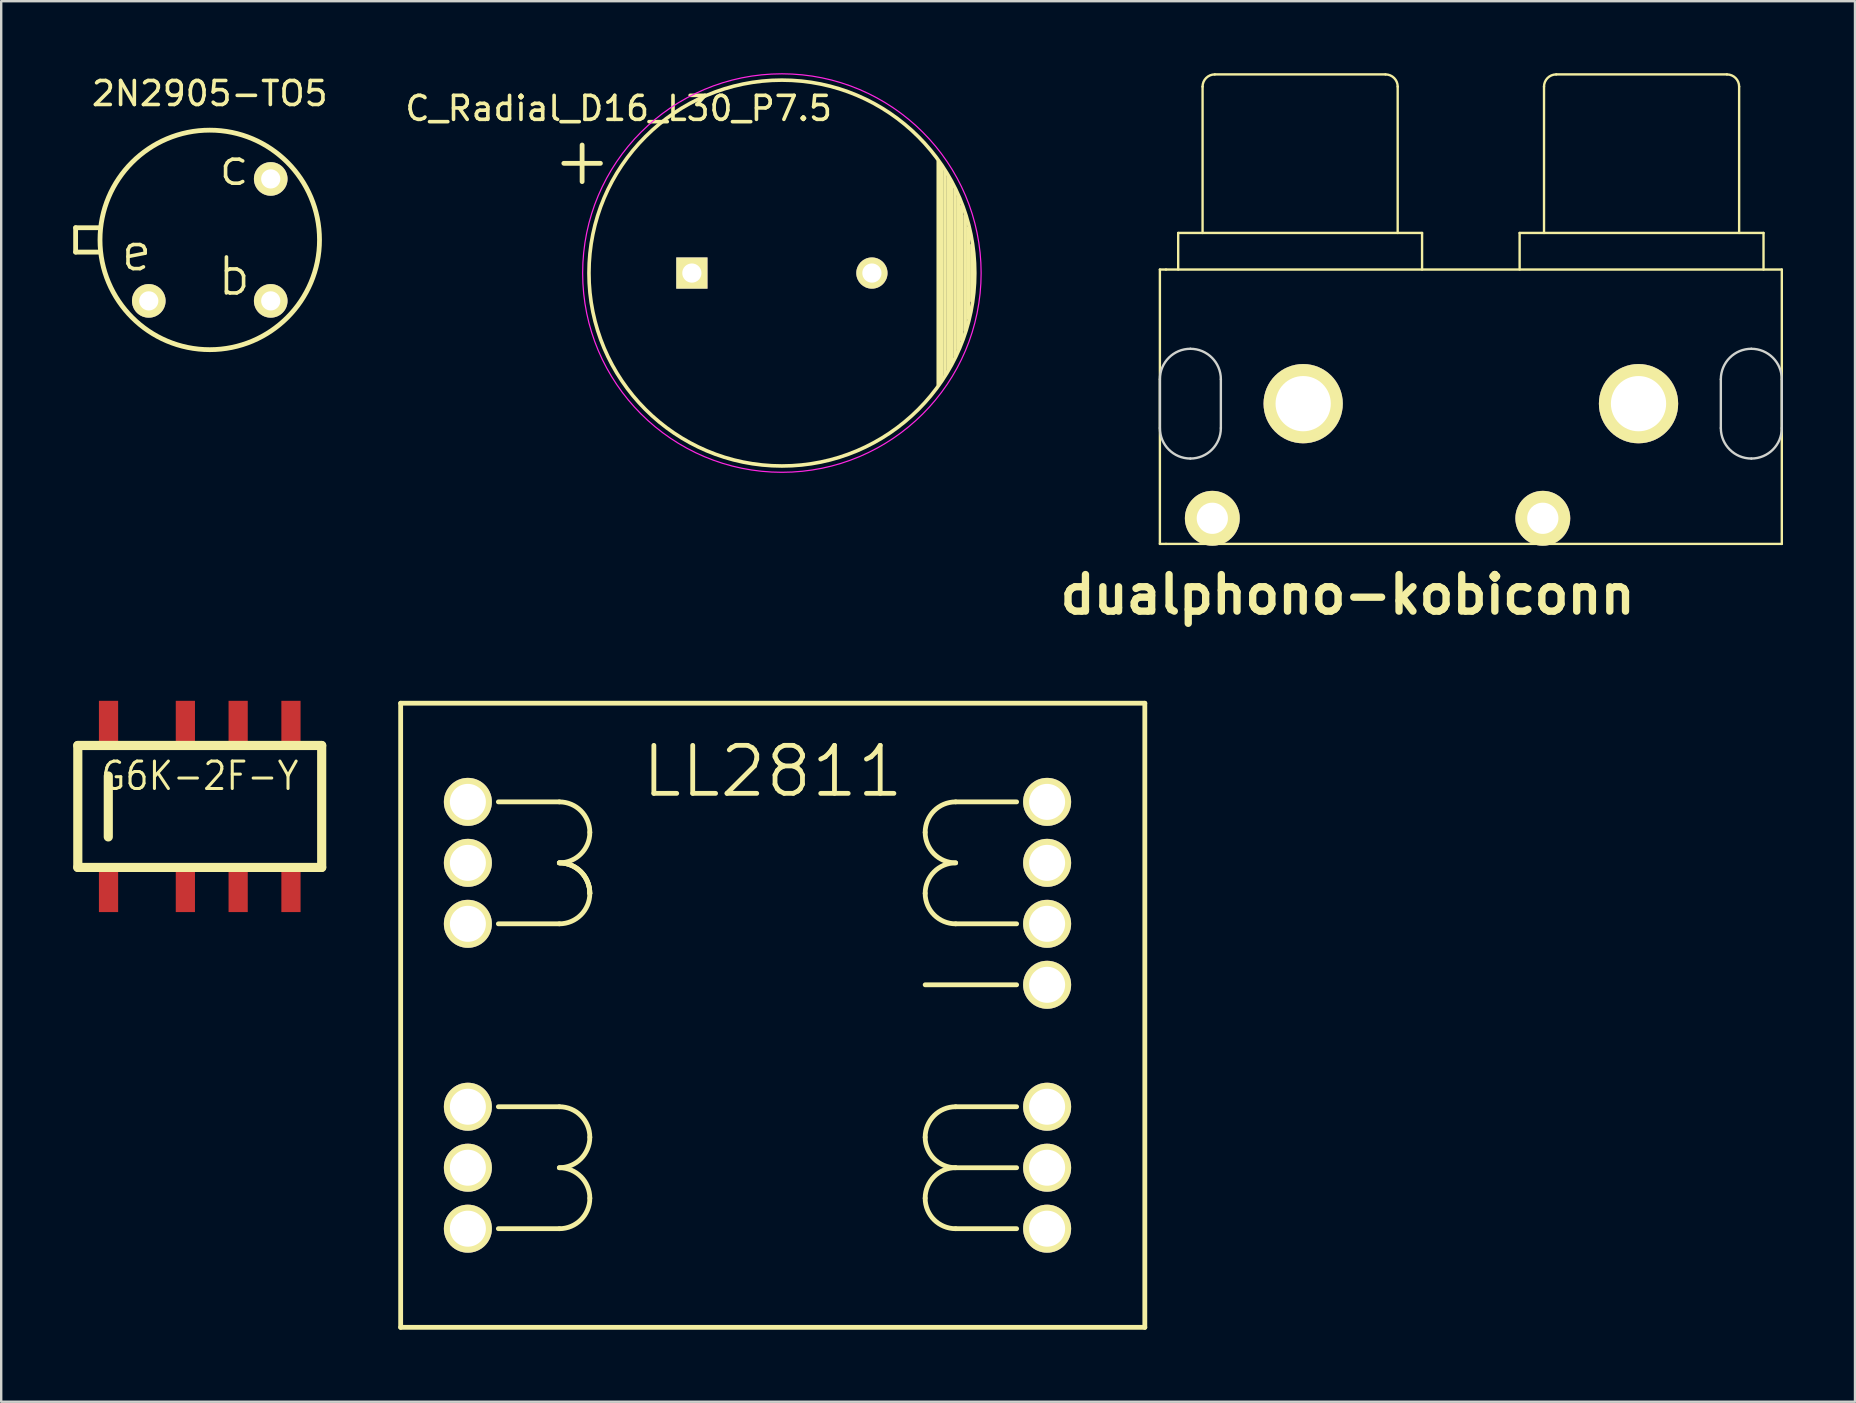
<source format=kicad_pcb>
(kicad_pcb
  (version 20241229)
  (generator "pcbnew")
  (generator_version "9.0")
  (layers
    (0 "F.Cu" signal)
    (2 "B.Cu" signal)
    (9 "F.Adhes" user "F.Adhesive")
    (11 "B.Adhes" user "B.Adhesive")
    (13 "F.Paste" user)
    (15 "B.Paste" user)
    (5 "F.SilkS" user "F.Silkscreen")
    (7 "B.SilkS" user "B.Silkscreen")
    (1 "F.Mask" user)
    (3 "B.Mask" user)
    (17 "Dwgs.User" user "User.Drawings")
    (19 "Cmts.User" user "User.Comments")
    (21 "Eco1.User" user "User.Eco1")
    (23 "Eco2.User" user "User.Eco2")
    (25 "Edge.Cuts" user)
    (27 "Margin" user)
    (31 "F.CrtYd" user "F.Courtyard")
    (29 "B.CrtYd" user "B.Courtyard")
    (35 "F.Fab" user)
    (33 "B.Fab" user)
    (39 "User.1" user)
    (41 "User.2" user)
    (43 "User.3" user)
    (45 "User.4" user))
  (footprint "dualphono-kobiconn"
    (layer "F.Cu")
    (at 45.523 13.766)
    (property "Reference" "dualphono-kobiconn" (at 7.567 7.953 0) (layer "F.SilkS") (effects (font (size 1.524 1.524) (thickness 0.305))))
    (attr through_hole)
    (fp_line (start -0.254 -5.588) (end -0.254 5.842) (stroke (width 0.099) (type solid)) (layer "F.SilkS"))
    (fp_line (start -0.254 5.842) (end 0 5.842) (stroke (width 0.099) (type solid)) (layer "F.SilkS"))
    (fp_line (start 0 -5.588) (end -0.254 -5.588) (stroke (width 0.099) (type solid)) (layer "F.SilkS"))
    (fp_line (start 0 -5.588) (end 25.654 -5.588) (stroke (width 0.099) (type solid)) (layer "F.SilkS"))
    (fp_line (start 0.508 -7.112) (end 10.668 -7.112) (stroke (width 0.099) (type solid)) (layer "F.SilkS"))
    (fp_line (start 0.508 -5.588) (end 0.508 -7.112) (stroke (width 0.099) (type solid)) (layer "F.SilkS"))
    (fp_line (start 1.524 -7.112) (end 1.524 -13.208) (stroke (width 0.099) (type solid)) (layer "F.SilkS"))
    (fp_line (start 9.144 -13.716) (end 2.032 -13.716) (stroke (width 0.099) (type solid)) (layer "F.SilkS"))
    (fp_line (start 9.652 -7.112) (end 9.652 -13.208) (stroke (width 0.099) (type solid)) (layer "F.SilkS"))
    (fp_line (start 10.668 -7.112) (end 10.668 -5.588) (stroke (width 0.099) (type solid)) (layer "F.SilkS"))
    (fp_line (start 14.732 -7.112) (end 14.732 -5.588) (stroke (width 0.099) (type solid)) (layer "F.SilkS"))
    (fp_line (start 15.748 -7.112) (end 15.748 -13.208) (stroke (width 0.099) (type solid)) (layer "F.SilkS"))
    (fp_line (start 23.368 -13.716) (end 16.256 -13.716) (stroke (width 0.099) (type solid)) (layer "F.SilkS"))
    (fp_line (start 23.876 -7.112) (end 23.876 -13.208) (stroke (width 0.099) (type solid)) (layer "F.SilkS"))
    (fp_line (start 24.892 -7.112) (end 14.732 -7.112) (stroke (width 0.099) (type solid)) (layer "F.SilkS"))
    (fp_line (start 24.892 -5.588) (end 24.892 -7.112) (stroke (width 0.099) (type solid)) (layer "F.SilkS"))
    (fp_line (start 25.654 -5.588) (end 25.654 5.842) (stroke (width 0.099) (type solid)) (layer "F.SilkS"))
    (fp_line (start 25.654 5.842) (end 0 5.842) (stroke (width 0.099) (type solid)) (layer "F.SilkS"))
    (fp_arc (start 1.524 -13.208) (mid 1.67279 -13.56721) (end 2.032 -13.716) (stroke (width 0.09906) (type solid)) (layer "F.SilkS"))
    (fp_arc (start 9.144 -13.716) (mid 9.50321 -13.56721) (end 9.652 -13.208) (stroke (width 0.09906) (type solid)) (layer "F.SilkS"))
    (fp_arc (start 15.748 -13.208) (mid 15.89679 -13.56721) (end 16.256 -13.716) (stroke (width 0.09906) (type solid)) (layer "F.SilkS"))
    (fp_arc (start 23.368 -13.716) (mid 23.72721 -13.56721) (end 23.876 -13.208) (stroke (width 0.09906) (type solid)) (layer "F.SilkS"))
    (fp_line (start -0.254 -1.016) (end -0.254 1.016) (stroke (width 0.099) (type solid)) (layer "Edge.Cuts"))
    (fp_line (start 2.286 -1.016) (end 2.286 1.016) (stroke (width 0.099) (type solid)) (layer "Edge.Cuts"))
    (fp_line (start 23.114 -1.016) (end 23.114 1.016) (stroke (width 0.099) (type solid)) (layer "Edge.Cuts"))
    (fp_line (start 25.654 -1.016) (end 25.654 1.016) (stroke (width 0.099) (type solid)) (layer "Edge.Cuts"))
    (fp_arc (start -0.254 -1.016) (mid 0.117974 -1.914026) (end 1.016 -2.286) (stroke (width 0.09906) (type solid)) (layer "Edge.Cuts"))
    (fp_arc (start 1.016 -2.286) (mid 1.914026 -1.914026) (end 2.286 -1.016) (stroke (width 0.09906) (type solid)) (layer "Edge.Cuts"))
    (fp_arc (start 1.016 2.286) (mid 0.117974 1.914026) (end -0.254 1.016) (stroke (width 0.09906) (type solid)) (layer "Edge.Cuts"))
    (fp_arc (start 2.286 1.016) (mid 1.914026 1.914026) (end 1.016 2.286) (stroke (width 0.09906) (type solid)) (layer "Edge.Cuts"))
    (fp_arc (start 23.114 -1.016) (mid 23.485974 -1.914026) (end 24.384 -2.286) (stroke (width 0.09906) (type solid)) (layer "Edge.Cuts"))
    (fp_arc (start 24.384 -2.286) (mid 25.282026 -1.914026) (end 25.654 -1.016) (stroke (width 0.09906) (type solid)) (layer "Edge.Cuts"))
    (fp_arc (start 24.384 2.286) (mid 23.485974 1.914026) (end 23.114 1.016) (stroke (width 0.09906) (type solid)) (layer "Edge.Cuts"))
    (fp_arc (start 25.654 1.016) (mid 25.282026 1.914026) (end 24.384 2.286) (stroke (width 0.09906) (type solid)) (layer "Edge.Cuts"))
    (pad "1" thru_hole circle (at 15.697 4.775) (size 2.286 2.286) (drill 1.3) (layers "*.Cu" "*.Mask" "F.SilkS"))
    (pad "2" thru_hole circle (at 1.93 4.775) (size 2.286 2.286) (drill 1.3) (layers "*.Cu" "*.Mask" "F.SilkS"))
    (pad "3" thru_hole circle (at 5.715 0) (size 3.302 3.302) (drill 2.301) (layers "*.Cu" "*.Mask" "F.SilkS"))
    (pad "4" thru_hole circle (at 19.685 0) (size 3.302 3.302) (drill 2.301) (layers "*.Cu" "*.Mask" "F.SilkS")))
  (footprint "2N2905-TO5"
    (layer "F.Cu")
    (at 5.688 6.944)
    (property "Reference" "2N2905-TO5" (at 0 -6.096 0) (layer "F.SilkS") (effects (font (size 1 1) (thickness 0.15))))
    (attr through_hole)
    (fp_line (start -5.588 -0.508) (end -5.588 0.508) (stroke (width 0.2) (type solid)) (layer "F.SilkS"))
    (fp_line (start -5.588 0.508) (end -4.572 0.508) (stroke (width 0.2) (type solid)) (layer "F.SilkS"))
    (fp_line (start -4.572 -0.508) (end -5.588 -0.508) (stroke (width 0.2) (type solid)) (layer "F.SilkS"))
    (fp_circle (center 0 0) (end 4.572 0) (stroke (width 0.2) (type solid)) (fill no) (layer "F.SilkS"))
    (fp_text user "e" (at -3.048 0.508 0) (layer "F.SilkS") (effects (font (size 1.5 1.5) (thickness 0.15))))
    (fp_text user "c" (at 1.016 -3.048 0) (layer "F.SilkS") (effects (font (size 1.5 1.5) (thickness 0.15))))
    (fp_text user "b" (at 1.016 1.524 0) (layer "F.SilkS") (effects (font (size 1.5 1.5) (thickness 0.15))))
    (pad "1" thru_hole circle (at -2.54 2.54) (size 1.4 1.4) (drill 0.8) (layers "*.Cu" "*.Mask" "F.SilkS"))
    (pad "2" thru_hole circle (at 2.54 2.54) (size 1.4 1.4) (drill 0.8) (layers "*.Cu" "*.Mask" "F.SilkS"))
    (pad "3" thru_hole circle (at 2.54 -2.54) (size 1.4 1.4) (drill 0.8) (layers "*.Cu" "*.Mask" "F.SilkS")))
  (footprint "G6K-2F-Y"
    (layer "F.Cu")
    (at 5.271 30.545)
    (property "Reference" "G6K-2F-Y" (at 0 -1.27 0) (layer "F.SilkS") (effects (font (size 1.143 1.016) (thickness 0.127))))
    (attr smd)
    (fp_line (start -5.08 2.54) (end -5.08 -2.54) (stroke (width 0.381) (type solid)) (layer "F.SilkS"))
    (fp_line (start -3.81 -1.27) (end -3.81 1.27) (stroke (width 0.381) (type solid)) (layer "F.SilkS"))
    (fp_line (start 5.08 -2.54) (end -5.08 -2.54) (stroke (width 0.381) (type solid)) (layer "F.SilkS"))
    (fp_line (start 5.08 2.54) (end -5.08 2.54) (stroke (width 0.381) (type solid)) (layer "F.SilkS"))
    (fp_line (start 5.08 2.54) (end 5.08 -2.54) (stroke (width 0.381) (type solid)) (layer "F.SilkS"))
    (pad "1" smd rect (at -3.8 3.5) (size 0.8 1.801) (layers "F.Cu" "F.Mask" "F.Paste"))
    (pad "2" smd rect (at -0.599 3.5) (size 0.8 1.801) (layers "F.Cu" "F.Mask" "F.Paste"))
    (pad "3" smd rect (at 1.6 3.5) (size 0.8 1.801) (layers "F.Cu" "F.Mask" "F.Paste"))
    (pad "4" smd rect (at 3.8 3.5) (size 0.8 1.801) (layers "F.Cu" "F.Mask" "F.Paste"))
    (pad "5" smd rect (at 3.8 -3.5) (size 0.8 1.801) (layers "F.Cu" "F.Mask" "F.Paste"))
    (pad "6" smd rect (at 1.6 -3.5) (size 0.8 1.801) (layers "F.Cu" "F.Mask" "F.Paste"))
    (pad "7" smd rect (at -0.599 -3.5) (size 0.8 1.801) (layers "F.Cu" "F.Mask" "F.Paste"))
    (pad "8" smd rect (at -3.8 -3.5) (size 0.8 1.801) (layers "F.Cu" "F.Mask" "F.Paste")))
  (footprint "C_Radial_D16_L30_P7.5"
    (layer "F.Cu")
    (at 25.772 8.325)
    (property "Reference" "C_Radial_D16_L30_P7.5" (at -3.048 -6.858 0) (layer "F.SilkS") (effects (font (size 1 1) (thickness 0.15))))
    (attr through_hole)
    (fp_line (start -5.334 -4.572) (end -3.81 -4.572) (stroke (width 0.2) (type solid)) (layer "F.SilkS"))
    (fp_line (start -4.572 -5.334) (end -4.572 -3.81) (stroke (width 0.2) (type solid)) (layer "F.SilkS"))
    (fp_line (start 10.265 -4.643) (end 10.265 4.643) (stroke (width 0.15) (type solid)) (layer "F.SilkS"))
    (fp_line (start 10.405 -4.44) (end 10.405 4.44) (stroke (width 0.15) (type solid)) (layer "F.SilkS"))
    (fp_line (start 10.545 -4.222) (end 10.545 4.222) (stroke (width 0.15) (type solid)) (layer "F.SilkS"))
    (fp_line (start 10.685 -3.988) (end 10.685 3.988) (stroke (width 0.15) (type solid)) (layer "F.SilkS"))
    (fp_line (start 10.825 -3.734) (end 10.825 3.734) (stroke (width 0.15) (type solid)) (layer "F.SilkS"))
    (fp_line (start 10.965 -3.456) (end 10.965 3.456) (stroke (width 0.15) (type solid)) (layer "F.SilkS"))
    (fp_line (start 11.105 -3.147) (end 11.105 3.147) (stroke (width 0.15) (type solid)) (layer "F.SilkS"))
    (fp_line (start 11.245 -2.797) (end 11.245 2.797) (stroke (width 0.15) (type solid)) (layer "F.SilkS"))
    (fp_line (start 11.385 -2.389) (end 11.385 2.389) (stroke (width 0.15) (type solid)) (layer "F.SilkS"))
    (fp_line (start 11.525 -1.884) (end 11.525 1.884) (stroke (width 0.15) (type solid)) (layer "F.SilkS"))
    (fp_line (start 11.665 -1.163) (end 11.665 1.163) (stroke (width 0.15) (type solid)) (layer "F.SilkS"))
    (fp_circle (center 3.75 0) (end 3.75 -8.037) (stroke (width 0.15) (type solid)) (fill no) (layer "F.SilkS"))
    (fp_circle (center 3.75 0) (end 3.75 -8.3) (stroke (width 0.05) (type solid)) (fill no) (layer "F.CrtYd"))
    (pad "1" thru_hole rect (at 0 0) (size 1.3 1.3) (drill 0.8) (layers "*.Cu" "*.Mask" "F.SilkS"))
    (pad "2" thru_hole circle (at 7.5 0) (size 1.3 1.3) (drill 0.8) (layers "*.Cu" "*.Mask" "F.SilkS")))
  (footprint "LL2811"
    (layer "F.Cu")
    (at 29.141 39.245)
    (property "Reference" "LL2811" (at 0 -10.16 0) (layer "F.SilkS") (effects (font (size 2 2) (thickness 0.2))))
    (attr smd)
    (fp_line (start -15.5 -13) (end 15.5 -13) (stroke (width 0.2) (type solid)) (layer "F.SilkS"))
    (fp_line (start -15.5 13) (end -15.5 -13) (stroke (width 0.2) (type solid)) (layer "F.SilkS"))
    (fp_line (start -8.89 -8.89) (end -11.43 -8.89) (stroke (width 0.2) (type solid)) (layer "F.SilkS"))
    (fp_line (start -8.89 -3.81) (end -11.43 -3.81) (stroke (width 0.2) (type solid)) (layer "F.SilkS"))
    (fp_line (start -8.89 3.81) (end -11.43 3.81) (stroke (width 0.2) (type solid)) (layer "F.SilkS"))
    (fp_line (start -8.89 8.89) (end -11.43 8.89) (stroke (width 0.2) (type solid)) (layer "F.SilkS"))
    (fp_line (start 7.62 -8.89) (end 10.16 -8.89) (stroke (width 0.2) (type solid)) (layer "F.SilkS"))
    (fp_line (start 7.62 -3.81) (end 10.16 -3.81) (stroke (width 0.2) (type solid)) (layer "F.SilkS"))
    (fp_line (start 7.62 3.81) (end 10.16 3.81) (stroke (width 0.2) (type solid)) (layer "F.SilkS"))
    (fp_line (start 7.62 6.35) (end 10.16 6.35) (stroke (width 0.2) (type solid)) (layer "F.SilkS"))
    (fp_line (start 7.62 8.89) (end 10.16 8.89) (stroke (width 0.2) (type solid)) (layer "F.SilkS"))
    (fp_line (start 10.16 -1.27) (end 6.35 -1.27) (stroke (width 0.2) (type solid)) (layer "F.SilkS"))
    (fp_line (start 15.5 -13) (end 15.5 13) (stroke (width 0.2) (type solid)) (layer "F.SilkS"))
    (fp_line (start 15.5 13) (end -15.5 13) (stroke (width 0.2) (type solid)) (layer "F.SilkS"))
    (fp_arc (start -8.89 -8.89) (mid -7.991974 -8.518026) (end -7.62 -7.62) (stroke (width 0.2) (type solid)) (layer "F.SilkS"))
    (fp_arc (start -8.89 -6.35) (mid -7.991974 -5.978026) (end -7.62 -5.08) (stroke (width 0.2) (type solid)) (layer "F.SilkS"))
    (fp_arc (start -8.89 -6.35) (mid -7.991974 -5.978026) (end -7.62 -5.08) (stroke (width 0.2) (type solid)) (layer "F.SilkS"))
    (fp_arc (start -8.89 -6.35) (mid -7.991974 -5.978026) (end -7.62 -5.08) (stroke (width 0.2) (type solid)) (layer "F.SilkS"))
    (fp_arc (start -8.89 3.81) (mid -7.991974 4.181974) (end -7.62 5.08) (stroke (width 0.2) (type solid)) (layer "F.SilkS"))
    (fp_arc (start -8.89 6.35) (mid -7.991974 6.721974) (end -7.62 7.62) (stroke (width 0.2) (type solid)) (layer "F.SilkS"))
    (fp_arc (start -7.62 -7.62) (mid -7.991974 -6.721974) (end -8.89 -6.35) (stroke (width 0.2) (type solid)) (layer "F.SilkS"))
    (fp_arc (start -7.62 -5.08) (mid -7.991974 -4.181974) (end -8.89 -3.81) (stroke (width 0.2) (type solid)) (layer "F.SilkS"))
    (fp_arc (start -7.62 5.08) (mid -7.991974 5.978026) (end -8.89 6.35) (stroke (width 0.2) (type solid)) (layer "F.SilkS"))
    (fp_arc (start -7.62 7.62) (mid -7.991974 8.518026) (end -8.89 8.89) (stroke (width 0.2) (type solid)) (layer "F.SilkS"))
    (fp_arc (start 6.35 -7.62) (mid 6.721974 -8.518026) (end 7.62 -8.89) (stroke (width 0.2) (type solid)) (layer "F.SilkS"))
    (fp_arc (start 6.35 -5.08) (mid 6.721974 -5.978026) (end 7.62 -6.35) (stroke (width 0.2) (type solid)) (layer "F.SilkS"))
    (fp_arc (start 6.35 5.08) (mid 6.721974 4.181974) (end 7.62 3.81) (stroke (width 0.2) (type solid)) (layer "F.SilkS"))
    (fp_arc (start 6.35 7.62) (mid 6.721974 6.721974) (end 7.62 6.35) (stroke (width 0.2) (type solid)) (layer "F.SilkS"))
    (fp_arc (start 7.62 -6.35) (mid 6.721974 -6.721974) (end 6.35 -7.62) (stroke (width 0.2) (type solid)) (layer "F.SilkS"))
    (fp_arc (start 7.62 -3.81) (mid 6.721974 -4.181974) (end 6.35 -5.08) (stroke (width 0.2) (type solid)) (layer "F.SilkS"))
    (fp_arc (start 7.62 6.35) (mid 6.721974 5.978026) (end 6.35 5.08) (stroke (width 0.2) (type solid)) (layer "F.SilkS"))
    (fp_arc (start 7.62 8.89) (mid 6.721974 8.518026) (end 6.35 7.62) (stroke (width 0.2) (type solid)) (layer "F.SilkS"))
    (pad "1" thru_hole circle (at -12.7 8.89) (size 2 2) (drill 1.5) (layers "*.Cu" "*.Mask" "F.SilkS"))
    (pad "2" thru_hole circle (at -12.7 6.35) (size 2 2) (drill 1.5) (layers "*.Cu" "*.Mask" "F.SilkS"))
    (pad "3" thru_hole circle (at -12.7 3.81) (size 2 2) (drill 1.5) (layers "*.Cu" "*.Mask" "F.SilkS"))
    (pad "6" thru_hole circle (at -12.7 -3.81) (size 2 2) (drill 1.5) (layers "*.Cu" "*.Mask" "F.SilkS"))
    (pad "7" thru_hole circle (at -12.7 -6.35) (size 2 2) (drill 1.5) (layers "*.Cu" "*.Mask" "F.SilkS"))
    (pad "8" thru_hole circle (at -12.7 -8.89) (size 2 2) (drill 1.5) (layers "*.Cu" "*.Mask" "F.SilkS"))
    (pad "9" thru_hole circle (at 11.43 8.89) (size 2 2) (drill 1.5) (layers "*.Cu" "*.Mask" "F.SilkS"))
    (pad "10" thru_hole circle (at 11.43 6.35) (size 2 2) (drill 1.5) (layers "*.Cu" "*.Mask" "F.SilkS"))
    (pad "11" thru_hole circle (at 11.43 3.81) (size 2 2) (drill 1.5) (layers "*.Cu" "*.Mask" "F.SilkS"))
    (pad "13" thru_hole circle (at 11.43 -1.27) (size 2 2) (drill 1.5) (layers "*.Cu" "*.Mask" "F.SilkS"))
    (pad "14" thru_hole circle (at 11.43 -3.81) (size 2 2) (drill 1.5) (layers "*.Cu" "*.Mask" "F.SilkS"))
    (pad "15" thru_hole circle (at 11.43 -6.35) (size 2 2) (drill 1.5) (layers "*.Cu" "*.Mask" "F.SilkS"))
    (pad "16" thru_hole circle (at 11.43 -8.89) (size 2 2) (drill 1.5) (layers "*.Cu" "*.Mask" "F.SilkS")))
  (gr_rect
    (start -3 -3)
    (end 74.226 55.345)
    (stroke (width 0.1) (type default))
    (fill no)
    (layer "Edge.Cuts")))
</source>
